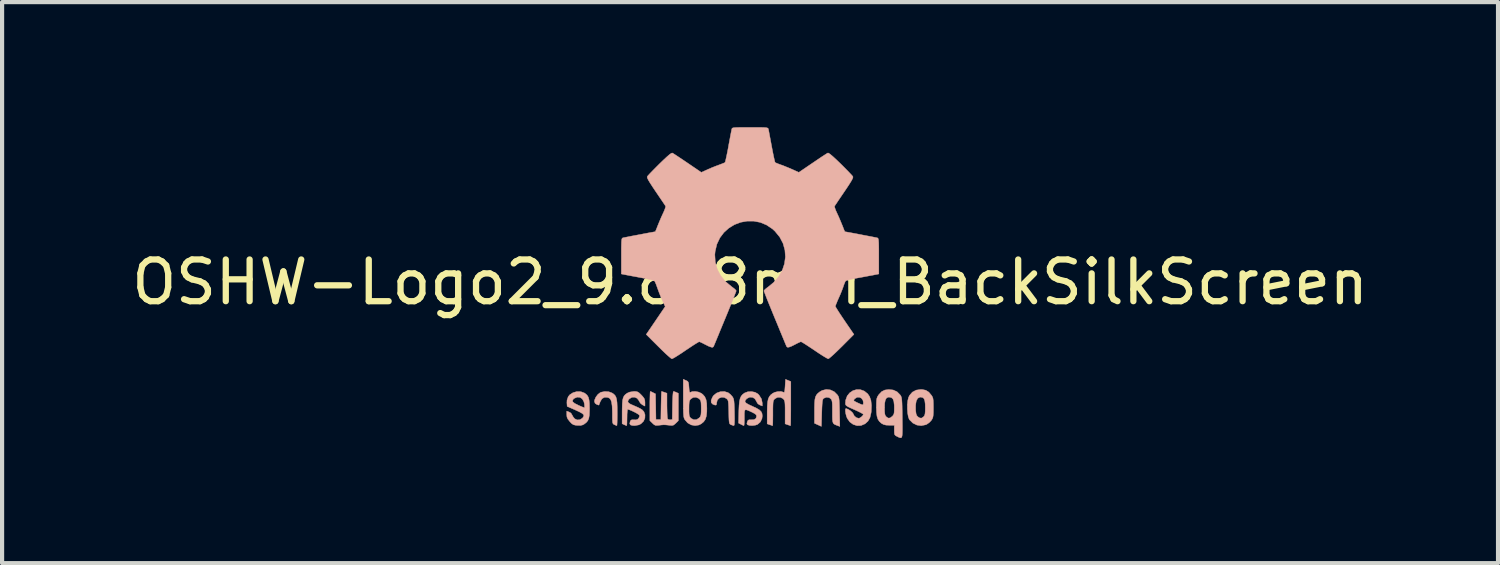
<source format=kicad_pcb>
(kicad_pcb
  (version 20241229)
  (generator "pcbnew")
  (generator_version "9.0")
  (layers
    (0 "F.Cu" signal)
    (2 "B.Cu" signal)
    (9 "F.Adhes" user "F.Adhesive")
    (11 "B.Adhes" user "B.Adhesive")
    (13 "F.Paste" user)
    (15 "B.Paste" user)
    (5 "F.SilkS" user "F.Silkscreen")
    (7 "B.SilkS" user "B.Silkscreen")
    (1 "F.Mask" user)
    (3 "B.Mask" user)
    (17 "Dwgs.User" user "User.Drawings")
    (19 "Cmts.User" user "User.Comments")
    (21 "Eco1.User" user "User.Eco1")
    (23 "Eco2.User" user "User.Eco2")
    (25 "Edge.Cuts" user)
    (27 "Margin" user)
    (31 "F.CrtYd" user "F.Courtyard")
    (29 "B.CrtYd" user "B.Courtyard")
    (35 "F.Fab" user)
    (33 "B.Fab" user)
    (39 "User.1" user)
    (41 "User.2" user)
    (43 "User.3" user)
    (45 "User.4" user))
  (footprint "OSHW-Logo2_9.8x8mm_BackSilkScreen"
    (layer "F.Cu")
    (at 14.935 3.717)
    (property "Reference" "OSHW-Logo2_9.8x8mm_BackSilkScreen" (at 0 0 0) (layer "F.SilkS") (effects (font (size 1 1) (thickness 0.15))))
    (attr exclude_from_pos_files exclude_from_bom)
    (fp_poly (pts (xy -3.571 2.637) (xy -3.594 2.647) (xy -3.65 2.691) (xy -3.698 2.755) (xy -3.727 2.823) (xy -3.732 2.857) (xy -3.716 2.904) (xy -3.68 2.928) (xy -3.643 2.943) (xy -3.625 2.946) (xy -3.617 2.926) (xy -3.6 2.882) (xy -3.593 2.863) (xy -3.552 2.794) (xy -3.493 2.76) (xy -3.417 2.761) (xy -3.411 2.763) (xy -3.37 2.782) (xy -3.34 2.819) (xy -3.32 2.88) (xy -3.308 2.968) (xy -3.303 3.088) (xy -3.302 3.152) (xy -3.302 3.252) (xy -3.3 3.321) (xy -3.296 3.365) (xy -3.287 3.39) (xy -3.274 3.405) (xy -3.253 3.416) (xy -3.252 3.416) (xy -3.213 3.433) (xy -3.194 3.439) (xy -3.191 3.42) (xy -3.188 3.369) (xy -3.186 3.292) (xy -3.185 3.196) (xy -3.185 3.125) (xy -3.186 2.989) (xy -3.19 2.885) (xy -3.2 2.808) (xy -3.216 2.752) (xy -3.24 2.711) (xy -3.274 2.679) (xy -3.308 2.656) (xy -3.388 2.626) (xy -3.482 2.62) (xy -3.571 2.637)) (stroke (width 0.01) (type solid)) (fill yes) (layer "B.SilkS"))
    (fp_poly (pts (xy 1.728 2.595) (xy 1.666 2.631) (xy 1.622 2.667) (xy 1.59 2.705) (xy 1.568 2.751) (xy 1.554 2.812) (xy 1.547 2.895) (xy 1.544 3.007) (xy 1.544 3.087) (xy 1.544 3.382) (xy 1.71 3.457) (xy 1.719 3.133) (xy 1.723 3.013) (xy 1.728 2.925) (xy 1.733 2.865) (xy 1.74 2.825) (xy 1.75 2.801) (xy 1.763 2.786) (xy 1.767 2.783) (xy 1.831 2.757) (xy 1.896 2.767) (xy 1.934 2.794) (xy 1.95 2.813) (xy 1.961 2.838) (xy 1.968 2.876) (xy 1.972 2.934) (xy 1.973 3.018) (xy 1.973 3.106) (xy 1.973 3.216) (xy 1.975 3.294) (xy 1.982 3.347) (xy 1.995 3.381) (xy 2.018 3.404) (xy 2.053 3.421) (xy 2.1 3.439) (xy 2.152 3.458) (xy 2.146 3.111) (xy 2.143 2.986) (xy 2.14 2.894) (xy 2.136 2.828) (xy 2.13 2.781) (xy 2.121 2.748) (xy 2.108 2.722) (xy 2.092 2.699) (xy 2.018 2.625) (xy 1.926 2.582) (xy 1.827 2.571) (xy 1.728 2.595)) (stroke (width 0.01) (type solid)) (fill yes) (layer "B.SilkS"))
    (fp_poly (pts (xy -0.713 2.625) (xy -0.802 2.657) (xy -0.874 2.715) (xy -0.902 2.756) (xy -0.933 2.831) (xy -0.932 2.885) (xy -0.9 2.921) (xy -0.888 2.928) (xy -0.837 2.947) (xy -0.81 2.942) (xy -0.802 2.91) (xy -0.801 2.892) (xy -0.785 2.826) (xy -0.742 2.78) (xy -0.683 2.758) (xy -0.617 2.763) (xy -0.564 2.792) (xy -0.546 2.809) (xy -0.533 2.829) (xy -0.524 2.859) (xy -0.519 2.907) (xy -0.515 2.978) (xy -0.512 3.08) (xy -0.511 3.112) (xy -0.509 3.222) (xy -0.506 3.3) (xy -0.501 3.351) (xy -0.494 3.383) (xy -0.483 3.401) (xy -0.467 3.412) (xy -0.457 3.417) (xy -0.413 3.433) (xy -0.388 3.439) (xy -0.379 3.421) (xy -0.374 3.365) (xy -0.372 3.272) (xy -0.374 3.141) (xy -0.374 3.121) (xy -0.377 3.002) (xy -0.381 2.914) (xy -0.386 2.853) (xy -0.393 2.809) (xy -0.404 2.778) (xy -0.419 2.751) (xy -0.427 2.74) (xy -0.472 2.69) (xy -0.522 2.651) (xy -0.528 2.647) (xy -0.618 2.62) (xy -0.713 2.625)) (stroke (width 0.01) (type solid)) (fill yes) (layer "B.SilkS"))
    (fp_poly (pts (xy 0.84 2.492) (xy 0.834 2.572) (xy 0.828 2.619) (xy 0.819 2.64) (xy 0.805 2.64) (xy 0.801 2.637) (xy 0.744 2.62) (xy 0.669 2.621) (xy 0.593 2.639) (xy 0.545 2.663) (xy 0.496 2.7) (xy 0.461 2.743) (xy 0.436 2.797) (xy 0.421 2.869) (xy 0.413 2.966) (xy 0.41 3.095) (xy 0.41 3.119) (xy 0.41 3.396) (xy 0.472 3.417) (xy 0.516 3.432) (xy 0.54 3.439) (xy 0.54 3.439) (xy 0.543 3.42) (xy 0.545 3.37) (xy 0.546 3.293) (xy 0.547 3.197) (xy 0.547 3.139) (xy 0.547 3.025) (xy 0.549 2.943) (xy 0.552 2.886) (xy 0.558 2.849) (xy 0.568 2.825) (xy 0.583 2.806) (xy 0.592 2.797) (xy 0.655 2.761) (xy 0.724 2.759) (xy 0.786 2.789) (xy 0.798 2.8) (xy 0.815 2.821) (xy 0.826 2.845) (xy 0.834 2.881) (xy 0.838 2.934) (xy 0.84 3.012) (xy 0.84 3.121) (xy 0.84 3.396) (xy 0.902 3.417) (xy 0.945 3.432) (xy 0.969 3.439) (xy 0.97 3.439) (xy 0.972 3.42) (xy 0.974 3.367) (xy 0.975 3.286) (xy 0.976 3.18) (xy 0.977 3.055) (xy 0.977 2.916) (xy 0.977 2.382) (xy 0.85 2.328) (xy 0.84 2.492)) (stroke (width 0.01) (type solid)) (fill yes) (layer "B.SilkS"))
    (fp_poly (pts (xy -2.396 2.637) (xy -2.399 2.688) (xy -2.401 2.766) (xy -2.403 2.865) (xy -2.403 2.968) (xy -2.403 3.319) (xy -2.341 3.38) (xy -2.299 3.418) (xy -2.261 3.434) (xy -2.21 3.433) (xy -2.19 3.43) (xy -2.127 3.423) (xy -2.074 3.419) (xy -2.061 3.419) (xy -2.018 3.421) (xy -1.957 3.427) (xy -1.933 3.43) (xy -1.874 3.435) (xy -1.834 3.425) (xy -1.795 3.394) (xy -1.781 3.38) (xy -1.719 3.319) (xy -1.719 2.664) (xy -1.769 2.641) (xy -1.812 2.624) (xy -1.837 2.618) (xy -1.844 2.637) (xy -1.85 2.689) (xy -1.855 2.768) (xy -1.859 2.87) (xy -1.861 2.955) (xy -1.866 3.292) (xy -1.913 3.299) (xy -1.955 3.294) (xy -1.976 3.279) (xy -1.982 3.251) (xy -1.987 3.192) (xy -1.99 3.108) (xy -1.992 3.009) (xy -1.993 2.957) (xy -1.993 2.661) (xy -2.054 2.64) (xy -2.098 2.625) (xy -2.122 2.618) (xy -2.122 2.618) (xy -2.125 2.637) (xy -2.127 2.688) (xy -2.13 2.766) (xy -2.132 2.864) (xy -2.134 2.955) (xy -2.139 3.292) (xy -2.257 3.292) (xy -2.262 2.985) (xy -2.267 2.677) (xy -2.325 2.648) (xy -2.367 2.627) (xy -2.392 2.618) (xy -2.392 2.618) (xy -2.396 2.637)) (stroke (width 0.01) (type solid)) (fill yes) (layer "B.SilkS"))
    (fp_poly (pts (xy 3.983 2.587) (xy 3.892 2.635) (xy 3.824 2.713) (xy 3.8 2.763) (xy 3.781 2.838) (xy 3.772 2.932) (xy 3.771 3.035) (xy 3.778 3.136) (xy 3.793 3.223) (xy 3.815 3.286) (xy 3.822 3.297) (xy 3.903 3.377) (xy 4 3.425) (xy 4.104 3.439) (xy 4.21 3.418) (xy 4.239 3.405) (xy 4.297 3.364) (xy 4.347 3.311) (xy 4.352 3.304) (xy 4.371 3.271) (xy 4.384 3.236) (xy 4.391 3.19) (xy 4.395 3.125) (xy 4.396 3.03) (xy 4.396 3.009) (xy 4.396 3.002) (xy 4.201 3.002) (xy 4.2 3.091) (xy 4.195 3.151) (xy 4.186 3.189) (xy 4.17 3.215) (xy 4.162 3.224) (xy 4.115 3.257) (xy 4.07 3.256) (xy 4.024 3.227) (xy 3.996 3.196) (xy 3.98 3.151) (xy 3.971 3.079) (xy 3.97 3.071) (xy 3.969 2.942) (xy 3.985 2.846) (xy 4.019 2.784) (xy 4.07 2.756) (xy 4.088 2.755) (xy 4.136 2.763) (xy 4.169 2.789) (xy 4.189 2.839) (xy 4.199 2.919) (xy 4.201 3.002) (xy 4.396 3.002) (xy 4.395 2.908) (xy 4.392 2.838) (xy 4.386 2.789) (xy 4.374 2.753) (xy 4.356 2.722) (xy 4.352 2.716) (xy 4.286 2.636) (xy 4.213 2.59) (xy 4.125 2.572) (xy 4.095 2.571) (xy 3.983 2.587)) (stroke (width 0.01) (type solid)) (fill yes) (layer "B.SilkS"))
    (fp_poly (pts (xy -4.245 2.648) (xy -4.323 2.698) (xy -4.36 2.744) (xy -4.389 2.826) (xy -4.392 2.891) (xy -4.386 2.977) (xy -4.186 3.065) (xy -4.089 3.11) (xy -4.025 3.146) (xy -3.992 3.177) (xy -3.986 3.207) (xy -4.005 3.241) (xy -4.025 3.263) (xy -4.084 3.298) (xy -4.148 3.301) (xy -4.207 3.273) (xy -4.25 3.218) (xy -4.258 3.199) (xy -4.295 3.138) (xy -4.338 3.113) (xy -4.396 3.09) (xy -4.396 3.174) (xy -4.391 3.231) (xy -4.371 3.279) (xy -4.328 3.334) (xy -4.322 3.342) (xy -4.275 3.391) (xy -4.234 3.417) (xy -4.183 3.429) (xy -4.141 3.433) (xy -4.066 3.434) (xy -4.012 3.421) (xy -3.979 3.403) (xy -3.926 3.362) (xy -3.89 3.318) (xy -3.867 3.262) (xy -3.854 3.187) (xy -3.85 3.084) (xy -3.849 3.032) (xy -3.851 2.97) (xy -3.968 2.97) (xy -3.97 3.003) (xy -3.973 3.009) (xy -3.996 3.001) (xy -4.044 2.982) (xy -4.109 2.954) (xy -4.122 2.948) (xy -4.204 2.906) (xy -4.249 2.87) (xy -4.259 2.835) (xy -4.236 2.801) (xy -4.216 2.785) (xy -4.145 2.755) (xy -4.079 2.76) (xy -4.024 2.797) (xy -3.986 2.863) (xy -3.973 2.916) (xy -3.968 2.97) (xy -3.851 2.97) (xy -3.852 2.911) (xy -3.861 2.821) (xy -3.879 2.755) (xy -3.909 2.707) (xy -3.953 2.669) (xy -3.972 2.656) (xy -4.059 2.624) (xy -4.154 2.622) (xy -4.245 2.648)) (stroke (width 0.01) (type solid)) (fill yes) (layer "B.SilkS"))
    (fp_poly (pts (xy -1.602 2.78) (xy -1.602 2.926) (xy -1.601 3.039) (xy -1.599 3.123) (xy -1.595 3.184) (xy -1.59 3.227) (xy -1.582 3.259) (xy -1.571 3.283) (xy -1.563 3.297) (xy -1.497 3.373) (xy -1.412 3.421) (xy -1.319 3.438) (xy -1.226 3.423) (xy -1.17 3.394) (xy -1.112 3.346) (xy -1.072 3.286) (xy -1.048 3.209) (xy -1.037 3.105) (xy -1.036 3.028) (xy -1.036 3.023) (xy -1.172 3.023) (xy -1.173 3.11) (xy -1.177 3.168) (xy -1.186 3.206) (xy -1.201 3.233) (xy -1.22 3.254) (xy -1.283 3.294) (xy -1.351 3.297) (xy -1.415 3.264) (xy -1.42 3.26) (xy -1.441 3.236) (xy -1.455 3.208) (xy -1.462 3.167) (xy -1.465 3.102) (xy -1.465 3.031) (xy -1.464 2.942) (xy -1.46 2.882) (xy -1.451 2.843) (xy -1.436 2.815) (xy -1.423 2.8) (xy -1.364 2.763) (xy -1.295 2.758) (xy -1.23 2.787) (xy -1.218 2.797) (xy -1.196 2.821) (xy -1.183 2.849) (xy -1.176 2.891) (xy -1.173 2.956) (xy -1.172 3.023) (xy -1.036 3.023) (xy -1.04 2.906) (xy -1.056 2.814) (xy -1.087 2.744) (xy -1.134 2.69) (xy -1.17 2.663) (xy -1.237 2.633) (xy -1.314 2.619) (xy -1.386 2.622) (xy -1.426 2.637) (xy -1.442 2.642) (xy -1.453 2.626) (xy -1.46 2.583) (xy -1.465 2.518) (xy -1.471 2.446) (xy -1.48 2.402) (xy -1.495 2.377) (xy -1.522 2.361) (xy -1.539 2.354) (xy -1.602 2.327) (xy -1.602 2.78)) (stroke (width 0.01) (type solid)) (fill yes) (layer "B.SilkS"))
    (fp_poly (pts (xy 2.466 2.6) (xy 2.389 2.652) (xy 2.329 2.726) (xy 2.294 2.822) (xy 2.286 2.892) (xy 2.287 2.921) (xy 2.294 2.943) (xy 2.313 2.963) (xy 2.35 2.986) (xy 2.41 3.015) (xy 2.5 3.055) (xy 2.501 3.055) (xy 2.584 3.093) (xy 2.652 3.127) (xy 2.698 3.153) (xy 2.716 3.167) (xy 2.716 3.167) (xy 2.701 3.199) (xy 2.665 3.233) (xy 2.624 3.258) (xy 2.603 3.263) (xy 2.546 3.246) (xy 2.497 3.203) (xy 2.474 3.156) (xy 2.451 3.122) (xy 2.406 3.082) (xy 2.353 3.048) (xy 2.306 3.029) (xy 2.297 3.028) (xy 2.286 3.045) (xy 2.285 3.088) (xy 2.293 3.146) (xy 2.308 3.207) (xy 2.329 3.261) (xy 2.33 3.264) (xy 2.392 3.351) (xy 2.473 3.41) (xy 2.565 3.439) (xy 2.66 3.436) (xy 2.752 3.397) (xy 2.756 3.395) (xy 2.828 3.33) (xy 2.875 3.245) (xy 2.901 3.133) (xy 2.905 3.102) (xy 2.911 2.954) (xy 2.903 2.884) (xy 2.716 2.884) (xy 2.713 2.928) (xy 2.7 2.94) (xy 2.667 2.931) (xy 2.615 2.908) (xy 2.556 2.881) (xy 2.555 2.88) (xy 2.505 2.854) (xy 2.485 2.836) (xy 2.49 2.818) (xy 2.511 2.794) (xy 2.563 2.759) (xy 2.62 2.757) (xy 2.671 2.782) (xy 2.706 2.831) (xy 2.716 2.884) (xy 2.903 2.884) (xy 2.898 2.835) (xy 2.865 2.741) (xy 2.82 2.675) (xy 2.737 2.609) (xy 2.646 2.576) (xy 2.554 2.574) (xy 2.466 2.6)) (stroke (width 0.01) (type solid)) (fill yes) (layer "B.SilkS"))
    (fp_poly (pts (xy -0.054 2.626) (xy -0.13 2.655) (xy -0.131 2.655) (xy -0.178 2.69) (xy -0.213 2.731) (xy -0.238 2.784) (xy -0.254 2.856) (xy -0.264 2.953) (xy -0.27 3.082) (xy -0.27 3.1) (xy -0.277 3.377) (xy -0.218 3.408) (xy -0.175 3.429) (xy -0.149 3.439) (xy -0.148 3.439) (xy -0.143 3.421) (xy -0.139 3.372) (xy -0.137 3.3) (xy -0.137 3.242) (xy -0.137 3.148) (xy -0.132 3.089) (xy -0.118 3.061) (xy -0.085 3.06) (xy -0.03 3.081) (xy 0.054 3.12) (xy 0.115 3.153) (xy 0.147 3.181) (xy 0.156 3.212) (xy 0.156 3.213) (xy 0.141 3.266) (xy 0.095 3.295) (xy 0.026 3.299) (xy -0.024 3.298) (xy -0.051 3.313) (xy -0.067 3.347) (xy -0.077 3.391) (xy -0.063 3.416) (xy -0.058 3.42) (xy -0.009 3.434) (xy 0.058 3.437) (xy 0.128 3.427) (xy 0.178 3.41) (xy 0.246 3.351) (xy 0.285 3.27) (xy 0.293 3.207) (xy 0.287 3.15) (xy 0.266 3.104) (xy 0.224 3.062) (xy 0.155 3.021) (xy 0.055 2.974) (xy 0.049 2.971) (xy -0.041 2.93) (xy -0.097 2.895) (xy -0.121 2.865) (xy -0.116 2.833) (xy -0.084 2.797) (xy -0.075 2.789) (xy -0.012 2.757) (xy 0.054 2.758) (xy 0.111 2.79) (xy 0.149 2.848) (xy 0.152 2.859) (xy 0.187 2.915) (xy 0.23 2.942) (xy 0.293 2.968) (xy 0.293 2.9) (xy 0.274 2.8) (xy 0.217 2.709) (xy 0.188 2.678) (xy 0.12 2.639) (xy 0.035 2.622) (xy -0.054 2.626)) (stroke (width 0.01) (type solid)) (fill yes) (layer "B.SilkS"))
    (fp_poly (pts (xy -2.887 2.634) (xy -2.944 2.659) (xy -2.988 2.69) (xy -3.02 2.725) (xy -3.042 2.77) (xy -3.057 2.831) (xy -3.064 2.915) (xy -3.067 3.028) (xy -3.068 3.103) (xy -3.068 3.393) (xy -3.018 3.416) (xy -2.979 3.433) (xy -2.959 3.439) (xy -2.955 3.421) (xy -2.952 3.372) (xy -2.951 3.3) (xy -2.95 3.243) (xy -2.949 3.161) (xy -2.944 3.096) (xy -2.938 3.056) (xy -2.933 3.048) (xy -2.898 3.057) (xy -2.844 3.079) (xy -2.781 3.109) (xy -2.72 3.141) (xy -2.674 3.17) (xy -2.652 3.19) (xy -2.652 3.19) (xy -2.654 3.227) (xy -2.671 3.262) (xy -2.7 3.291) (xy -2.743 3.3) (xy -2.78 3.299) (xy -2.832 3.298) (xy -2.859 3.31) (xy -2.876 3.343) (xy -2.878 3.349) (xy -2.885 3.395) (xy -2.866 3.423) (xy -2.816 3.436) (xy -2.763 3.438) (xy -2.666 3.42) (xy -2.616 3.394) (xy -2.554 3.333) (xy -2.522 3.258) (xy -2.519 3.178) (xy -2.546 3.104) (xy -2.588 3.058) (xy -2.63 3.032) (xy -2.695 2.999) (xy -2.771 2.966) (xy -2.784 2.96) (xy -2.867 2.924) (xy -2.916 2.891) (xy -2.931 2.859) (xy -2.917 2.822) (xy -2.892 2.794) (xy -2.833 2.759) (xy -2.768 2.756) (xy -2.709 2.783) (xy -2.666 2.837) (xy -2.661 2.851) (xy -2.628 2.902) (xy -2.581 2.94) (xy -2.52 2.971) (xy -2.52 2.883) (xy -2.524 2.829) (xy -2.539 2.787) (xy -2.573 2.741) (xy -2.605 2.706) (xy -2.655 2.657) (xy -2.694 2.631) (xy -2.736 2.62) (xy -2.783 2.618) (xy -2.887 2.634)) (stroke (width 0.01) (type solid)) (fill yes) (layer "B.SilkS"))
    (fp_poly (pts (xy 3.231 2.585) (xy 3.156 2.622) (xy 3.091 2.69) (xy 3.072 2.716) (xy 3.053 2.749) (xy 3.04 2.785) (xy 3.032 2.833) (xy 3.029 2.903) (xy 3.028 2.994) (xy 3.032 3.12) (xy 3.043 3.214) (xy 3.065 3.285) (xy 3.1 3.338) (xy 3.149 3.383) (xy 3.153 3.385) (xy 3.202 3.412) (xy 3.261 3.426) (xy 3.336 3.429) (xy 3.458 3.429) (xy 3.458 3.547) (xy 3.459 3.613) (xy 3.466 3.652) (xy 3.484 3.675) (xy 3.519 3.695) (xy 3.527 3.699) (xy 3.566 3.718) (xy 3.596 3.729) (xy 3.619 3.73) (xy 3.635 3.717) (xy 3.645 3.685) (xy 3.65 3.63) (xy 3.652 3.549) (xy 3.652 3.437) (xy 3.65 3.292) (xy 3.65 3.248) (xy 3.648 3.098) (xy 3.646 3) (xy 3.458 3) (xy 3.457 3.083) (xy 3.453 3.138) (xy 3.442 3.174) (xy 3.423 3.201) (xy 3.41 3.215) (xy 3.358 3.254) (xy 3.312 3.258) (xy 3.264 3.225) (xy 3.263 3.224) (xy 3.244 3.199) (xy 3.232 3.164) (xy 3.226 3.112) (xy 3.224 3.031) (xy 3.224 3.013) (xy 3.228 2.902) (xy 3.243 2.825) (xy 3.269 2.778) (xy 3.309 2.757) (xy 3.332 2.755) (xy 3.387 2.765) (xy 3.425 2.798) (xy 3.447 2.858) (xy 3.457 2.95) (xy 3.458 3) (xy 3.646 3) (xy 3.646 2.982) (xy 3.643 2.895) (xy 3.639 2.831) (xy 3.634 2.786) (xy 3.627 2.754) (xy 3.617 2.73) (xy 3.604 2.709) (xy 3.598 2.701) (xy 3.525 2.627) (xy 3.432 2.584) (xy 3.325 2.573) (xy 3.231 2.585)) (stroke (width 0.01) (type solid)) (fill yes) (layer "B.SilkS"))
    (fp_poly (pts (xy -0.14 -3.712) (xy -0.246 -3.712) (xy -0.322 -3.71) (xy -0.374 -3.707) (xy -0.407 -3.702) (xy -0.426 -3.695) (xy -0.435 -3.684) (xy -0.439 -3.67) (xy -0.44 -3.668) (xy -0.446 -3.636) (xy -0.459 -3.572) (xy -0.476 -3.483) (xy -0.496 -3.376) (xy -0.518 -3.258) (xy -0.518 -3.254) (xy -0.54 -3.138) (xy -0.561 -3.036) (xy -0.579 -2.953) (xy -0.592 -2.897) (xy -0.601 -2.872) (xy -0.601 -2.871) (xy -0.626 -2.859) (xy -0.676 -2.839) (xy -0.742 -2.814) (xy -0.742 -2.814) (xy -0.825 -2.783) (xy -0.923 -2.744) (xy -1.015 -2.704) (xy -1.019 -2.702) (xy -1.169 -2.634) (xy -1.501 -2.86) (xy -1.603 -2.929) (xy -1.696 -2.991) (xy -1.773 -3.042) (xy -1.83 -3.079) (xy -1.861 -3.098) (xy -1.864 -3.099) (xy -1.887 -3.093) (xy -1.93 -3.063) (xy -1.994 -3.008) (xy -2.081 -2.927) (xy -2.171 -2.84) (xy -2.256 -2.755) (xy -2.333 -2.677) (xy -2.397 -2.611) (xy -2.442 -2.563) (xy -2.464 -2.536) (xy -2.464 -2.535) (xy -2.467 -2.517) (xy -2.458 -2.487) (xy -2.435 -2.441) (xy -2.395 -2.376) (xy -2.338 -2.288) (xy -2.261 -2.173) (xy -2.193 -2.073) (xy -2.132 -1.983) (xy -2.081 -1.908) (xy -2.045 -1.854) (xy -2.027 -1.827) (xy -2.026 -1.825) (xy -2.028 -1.798) (xy -2.045 -1.747) (xy -2.073 -1.68) (xy -2.083 -1.659) (xy -2.127 -1.564) (xy -2.173 -1.456) (xy -2.211 -1.363) (xy -2.238 -1.294) (xy -2.26 -1.241) (xy -2.272 -1.214) (xy -2.274 -1.211) (xy -2.297 -1.208) (xy -2.351 -1.198) (xy -2.429 -1.184) (xy -2.524 -1.166) (xy -2.628 -1.146) (xy -2.735 -1.126) (xy -2.837 -1.107) (xy -2.927 -1.089) (xy -2.998 -1.075) (xy -3.042 -1.066) (xy -3.053 -1.063) (xy -3.064 -1.057) (xy -3.073 -1.042) (xy -3.079 -1.015) (xy -3.083 -0.97) (xy -3.085 -0.902) (xy -3.087 -0.806) (xy -3.087 -0.678) (xy -3.087 -0.625) (xy -3.087 -0.198) (xy -2.985 -0.178) (xy -2.927 -0.167) (xy -2.842 -0.151) (xy -2.739 -0.132) (xy -2.629 -0.111) (xy -2.599 -0.106) (xy -2.497 -0.086) (xy -2.408 -0.067) (xy -2.34 -0.049) (xy -2.3 -0.036) (xy -2.293 -0.032) (xy -2.277 -0.004) (xy -2.253 0.051) (xy -2.227 0.122) (xy -2.222 0.137) (xy -2.188 0.231) (xy -2.146 0.337) (xy -2.104 0.432) (xy -2.104 0.433) (xy -2.035 0.583) (xy -2.49 1.252) (xy -2.197 1.544) (xy -2.109 1.631) (xy -2.029 1.708) (xy -1.96 1.77) (xy -1.909 1.814) (xy -1.879 1.835) (xy -1.874 1.837) (xy -1.849 1.826) (xy -1.797 1.797) (xy -1.725 1.752) (xy -1.637 1.695) (xy -1.543 1.631) (xy -1.447 1.567) (xy -1.361 1.51) (xy -1.291 1.466) (xy -1.242 1.437) (xy -1.221 1.426) (xy -1.194 1.435) (xy -1.144 1.458) (xy -1.08 1.491) (xy -1.074 1.494) (xy -0.988 1.537) (xy -0.929 1.558) (xy -0.893 1.559) (xy -0.874 1.539) (xy -0.874 1.539) (xy -0.864 1.515) (xy -0.841 1.46) (xy -0.807 1.378) (xy -0.763 1.272) (xy -0.712 1.147) (xy -0.654 1.007) (xy -0.598 0.872) (xy -0.536 0.722) (xy -0.48 0.584) (xy -0.43 0.461) (xy -0.389 0.357) (xy -0.358 0.277) (xy -0.338 0.225) (xy -0.332 0.206) (xy -0.347 0.183) (xy -0.386 0.148) (xy -0.439 0.109) (xy -0.588 -0.015) (xy -0.705 -0.156) (xy -0.787 -0.313) (xy -0.834 -0.482) (xy -0.845 -0.66) (xy -0.837 -0.742) (xy -0.796 -0.913) (xy -0.724 -1.064) (xy -0.627 -1.193) (xy -0.509 -1.299) (xy -0.374 -1.381) (xy -0.227 -1.437) (xy -0.072 -1.465) (xy 0.087 -1.465) (xy 0.244 -1.435) (xy 0.396 -1.372) (xy 0.538 -1.277) (xy 0.597 -1.222) (xy 0.711 -1.083) (xy 0.79 -0.932) (xy 0.835 -0.771) (xy 0.847 -0.607) (xy 0.825 -0.443) (xy 0.772 -0.284) (xy 0.686 -0.134) (xy 0.569 0.002) (xy 0.439 0.109) (xy 0.384 0.15) (xy 0.346 0.185) (xy 0.332 0.206) (xy 0.339 0.229) (xy 0.36 0.283) (xy 0.392 0.366) (xy 0.434 0.471) (xy 0.485 0.596) (xy 0.542 0.736) (xy 0.598 0.872) (xy 0.66 1.021) (xy 0.717 1.16) (xy 0.768 1.283) (xy 0.811 1.387) (xy 0.844 1.467) (xy 0.866 1.519) (xy 0.874 1.539) (xy 0.893 1.558) (xy 0.929 1.558) (xy 0.988 1.537) (xy 1.073 1.495) (xy 1.074 1.494) (xy 1.138 1.461) (xy 1.19 1.437) (xy 1.219 1.426) (xy 1.221 1.426) (xy 1.243 1.437) (xy 1.292 1.466) (xy 1.362 1.511) (xy 1.447 1.567) (xy 1.543 1.631) (xy 1.639 1.696) (xy 1.727 1.753) (xy 1.799 1.797) (xy 1.85 1.826) (xy 1.874 1.837) (xy 1.897 1.823) (xy 1.942 1.786) (xy 2.006 1.729) (xy 2.083 1.656) (xy 2.169 1.572) (xy 2.198 1.544) (xy 2.49 1.251) (xy 2.267 0.925) (xy 2.2 0.825) (xy 2.14 0.735) (xy 2.093 0.661) (xy 2.06 0.607) (xy 2.045 0.579) (xy 2.045 0.577) (xy 2.053 0.551) (xy 2.073 0.498) (xy 2.103 0.427) (xy 2.124 0.38) (xy 2.164 0.29) (xy 2.201 0.198) (xy 2.23 0.121) (xy 2.237 0.098) (xy 2.26 0.035) (xy 2.281 -0.014) (xy 2.293 -0.032) (xy 2.319 -0.043) (xy 2.377 -0.059) (xy 2.458 -0.078) (xy 2.555 -0.098) (xy 2.599 -0.106) (xy 2.709 -0.126) (xy 2.815 -0.146) (xy 2.906 -0.163) (xy 2.972 -0.175) (xy 2.985 -0.178) (xy 3.087 -0.198) (xy 3.087 -0.625) (xy 3.087 -0.766) (xy 3.086 -0.872) (xy 3.084 -0.949) (xy 3.08 -1.002) (xy 3.075 -1.035) (xy 3.067 -1.053) (xy 3.057 -1.062) (xy 3.053 -1.063) (xy 3.028 -1.069) (xy 2.972 -1.08) (xy 2.892 -1.096) (xy 2.796 -1.114) (xy 2.691 -1.134) (xy 2.585 -1.155) (xy 2.483 -1.174) (xy 2.395 -1.19) (xy 2.325 -1.203) (xy 2.283 -1.21) (xy 2.274 -1.211) (xy 2.265 -1.228) (xy 2.246 -1.273) (xy 2.221 -1.338) (xy 2.211 -1.363) (xy 2.171 -1.46) (xy 2.125 -1.568) (xy 2.083 -1.659) (xy 2.052 -1.728) (xy 2.032 -1.785) (xy 2.025 -1.82) (xy 2.026 -1.825) (xy 2.041 -1.847) (xy 2.074 -1.896) (xy 2.121 -1.967) (xy 2.181 -2.055) (xy 2.248 -2.154) (xy 2.261 -2.173) (xy 2.339 -2.289) (xy 2.396 -2.377) (xy 2.435 -2.442) (xy 2.458 -2.487) (xy 2.467 -2.516) (xy 2.465 -2.535) (xy 2.464 -2.535) (xy 2.445 -2.559) (xy 2.402 -2.605) (xy 2.341 -2.669) (xy 2.265 -2.746) (xy 2.18 -2.831) (xy 2.171 -2.84) (xy 2.063 -2.944) (xy 1.98 -3.02) (xy 1.92 -3.07) (xy 1.882 -3.096) (xy 1.864 -3.099) (xy 1.84 -3.085) (xy 1.788 -3.052) (xy 1.714 -3.004) (xy 1.625 -2.944) (xy 1.525 -2.876) (xy 1.501 -2.86) (xy 1.169 -2.634) (xy 1.019 -2.702) (xy 0.928 -2.741) (xy 0.83 -2.781) (xy 0.746 -2.813) (xy 0.742 -2.814) (xy 0.677 -2.838) (xy 0.626 -2.859) (xy 0.601 -2.871) (xy 0.601 -2.871) (xy 0.593 -2.893) (xy 0.58 -2.948) (xy 0.562 -3.029) (xy 0.542 -3.129) (xy 0.52 -3.244) (xy 0.518 -3.254) (xy 0.496 -3.372) (xy 0.476 -3.479) (xy 0.459 -3.569) (xy 0.447 -3.634) (xy 0.44 -3.668) (xy 0.44 -3.668) (xy 0.435 -3.683) (xy 0.427 -3.693) (xy 0.41 -3.701) (xy 0.379 -3.707) (xy 0.329 -3.71) (xy 0.256 -3.712) (xy 0.153 -3.712) (xy 0.018 -3.712) (xy 0 -3.712) (xy -0.14 -3.712)) (stroke (width 0.01) (type solid)) (fill yes) (layer "B.SilkS")))
  (gr_rect
    (start -3 -3)
    (end 32.869 10.453)
    (stroke (width 0.1) (type default))
    (fill no)
    (layer "Edge.Cuts")))
</source>
